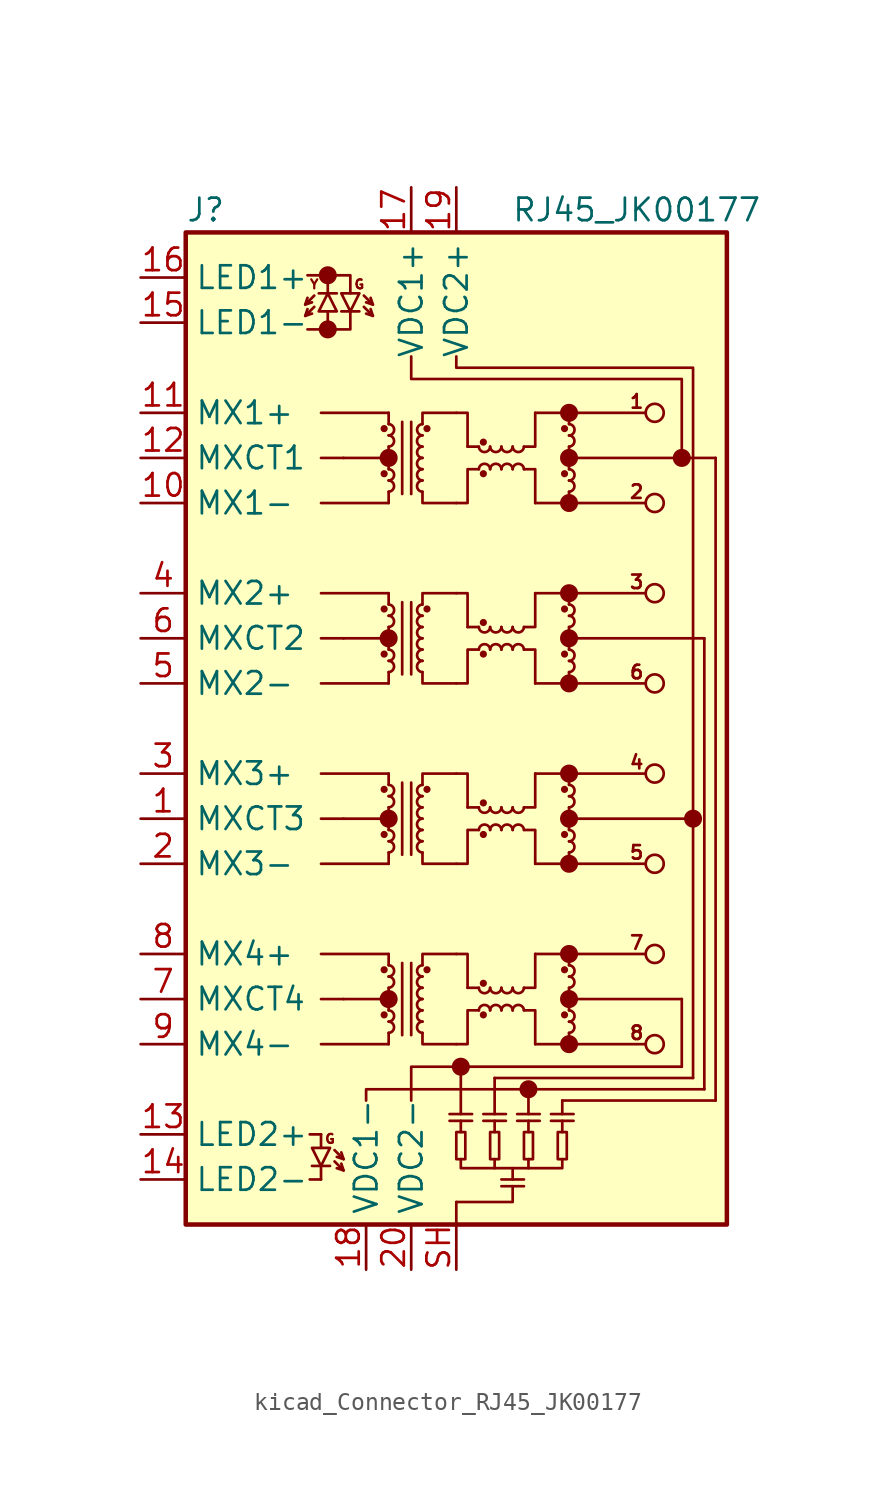
<source format=kicad_sym>
(kicad_symbol_lib
  (version 20220914)
  (generator kicad_symbol_editor)
  (symbol "kicad_Connector_RJ45_JK00177"
    (property "Reference" "J"
      (at -15.24 29.21 0)
      (effects (font (size 1.27 1.27)) (justify left)))
    (property "Value" "RJ45_JK00177"
      (at 10.16 29.21 0)
      (effects (font (size 1.27 1.27))))
    (symbol "kicad_Connector_RJ45_JK00177_0_0"
      (circle (center -7.239 22.479) (radius 0.0001) (stroke (width 0.508) (type default)) (fill (type none)))
      (circle (center -7.239 25.527) (radius 0.0001) (stroke (width 0.508) (type default)) (fill (type none)))
      (circle (center -3.81 -15.24) (radius 0.0001) (stroke (width 0.508) (type default)) (fill (type none)))
      (circle (center -3.81 -5.08) (radius 0.0001) (stroke (width 0.508) (type default)) (fill (type none)))
      (circle (center -3.81 5.08) (radius 0.0001) (stroke (width 0.508) (type default)) (fill (type none)))
      (circle (center -3.81 15.24) (radius 0.0001) (stroke (width 0.508) (type default)) (fill (type none)))
      (circle (center 0.254 -19.05) (radius 0.0001) (stroke (width 0.508) (type default)) (fill (type none)))
      (circle (center 4.064 -20.32) (radius 0.0001) (stroke (width 0.508) (type default)) (fill (type none)))
      (circle (center 6.35 -17.78) (radius 0.0001) (stroke (width 0.508) (type default)) (fill (type none)))
      (circle (center 6.35 -15.24) (radius 0.0001) (stroke (width 0.508) (type default)) (fill (type none)))
      (circle (center 6.35 -12.7) (radius 0.0001) (stroke (width 0.508) (type default)) (fill (type none)))
      (circle (center 6.35 -7.62) (radius 0.0001) (stroke (width 0.508) (type default)) (fill (type none)))
      (circle (center 6.35 -5.08) (radius 0.0001) (stroke (width 0.508) (type default)) (fill (type none)))
      (circle (center 6.35 -2.54) (radius 0.0001) (stroke (width 0.508) (type default)) (fill (type none)))
      (circle (center 6.35 2.54) (radius 0.0001) (stroke (width 0.508) (type default)) (fill (type none)))
      (circle (center 6.35 5.08) (radius 0.0001) (stroke (width 0.508) (type default)) (fill (type none)))
      (circle (center 6.35 7.62) (radius 0.0001) (stroke (width 0.508) (type default)) (fill (type none)))
      (circle (center 6.35 12.7) (radius 0.0001) (stroke (width 0.508) (type default)) (fill (type none)))
      (circle (center 6.35 15.24) (radius 0.0001) (stroke (width 0.508) (type default)) (fill (type none)))
      (circle (center 6.35 17.78) (radius 0.0001) (stroke (width 0.508) (type default)) (fill (type none)))
      (circle (center 12.7 15.24) (radius 0.0001) (stroke (width 0.508) (type default)) (fill (type none)))
      (circle (center 13.335 -5.08) (radius 0.0001) (stroke (width 0.508) (type default)) (fill (type none)))
      (text "" (at -7.874 24.892 900) (effects (font (size 1.27 1.27))))
      (text "1" (at 10.16 18.415 0) (effects (font (size 0.762 0.762))))
      (text "2" (at 10.16 13.335 0) (effects (font (size 0.762 0.762))))
      (text "3" (at 10.16 8.255 0) (effects (font (size 0.762 0.762))))
      (text "4" (at 10.16 -1.905 0) (effects (font (size 0.762 0.762))))
      (text "5" (at 10.16 -6.985 0) (effects (font (size 0.762 0.762))))
      (text "6" (at 10.16 3.175 0) (effects (font (size 0.762 0.762))))
      (text "7" (at 10.16 -12.065 0) (effects (font (size 0.762 0.762))))
      (text "8" (at 10.16 -17.145 0) (effects (font (size 0.762 0.762))))
      (text "G" (at -7.112 -23.114 0) (effects (font (size 0.508 0.508))))
      (text "G" (at -5.461 25.019 0) (effects (font (size 0.508 0.508))))
      (text "Y" (at -8.001 25.019 0) (effects (font (size 0.508 0.508)))))
    (symbol "kicad_Connector_RJ45_JK00177_0_1"
      (rectangle (start -15.24 27.94) (end 15.24 -27.94) (stroke (width 0.254) (type default)) (fill (type background)))
      (circle (center -4.064 -16.129) (radius 0.127) (stroke (width 0) (type default)) (fill (type outline)))
      (circle (center -4.064 -13.589) (radius 0.127) (stroke (width 0) (type default)) (fill (type outline)))
      (circle (center -4.064 -5.969) (radius 0.127) (stroke (width 0) (type default)) (fill (type outline)))
      (circle (center -4.064 -3.429) (radius 0.127) (stroke (width 0) (type default)) (fill (type outline)))
      (circle (center -4.064 4.191) (radius 0.127) (stroke (width 0) (type default)) (fill (type outline)))
      (circle (center -4.064 6.731) (radius 0.127) (stroke (width 0) (type default)) (fill (type outline)))
      (circle (center -4.064 14.351) (radius 0.127) (stroke (width 0) (type default)) (fill (type outline)))
      (circle (center -4.064 16.891) (radius 0.127) (stroke (width 0) (type default)) (fill (type outline)))
      (arc (start -3.81 -17.145) (mid -3.5052 -16.8402) (end -3.81 -16.51) (stroke (width 0) (type default)) (fill (type none)))
      (arc (start -3.81 -16.51) (mid -3.5052 -16.2052) (end -3.81 -15.875) (stroke (width 0) (type default)) (fill (type none)))
      (arc (start -3.81 -14.605) (mid -3.5052 -14.3002) (end -3.81 -13.97) (stroke (width 0) (type default)) (fill (type none)))
      (arc (start -3.81 -13.97) (mid -3.5052 -13.6652) (end -3.81 -13.335) (stroke (width 0) (type default)) (fill (type none)))
      (arc (start -3.81 -6.985) (mid -3.5052 -6.6802) (end -3.81 -6.35) (stroke (width 0) (type default)) (fill (type none)))
      (arc (start -3.81 -6.35) (mid -3.5052 -6.0452) (end -3.81 -5.715) (stroke (width 0) (type default)) (fill (type none)))
      (arc (start -3.81 -4.445) (mid -3.5052 -4.1402) (end -3.81 -3.81) (stroke (width 0) (type default)) (fill (type none)))
      (arc (start -3.81 -3.81) (mid -3.5052 -3.5052) (end -3.81 -3.175) (stroke (width 0) (type default)) (fill (type none)))
      (arc (start -3.81 3.175) (mid -3.5052 3.4798) (end -3.81 3.81) (stroke (width 0) (type default)) (fill (type none)))
      (arc (start -3.81 3.81) (mid -3.5052 4.1148) (end -3.81 4.445) (stroke (width 0) (type default)) (fill (type none)))
      (arc (start -3.81 5.715) (mid -3.5052 6.0198) (end -3.81 6.35) (stroke (width 0) (type default)) (fill (type none)))
      (arc (start -3.81 6.35) (mid -3.5052 6.6548) (end -3.81 6.985) (stroke (width 0) (type default)) (fill (type none)))
      (arc (start -3.81 13.335) (mid -3.5052 13.6398) (end -3.81 13.97) (stroke (width 0) (type default)) (fill (type none)))
      (arc (start -3.81 13.97) (mid -3.5052 14.2748) (end -3.81 14.605) (stroke (width 0) (type default)) (fill (type none)))
      (arc (start -3.81 15.875) (mid -3.5052 16.1798) (end -3.81 16.51) (stroke (width 0) (type default)) (fill (type none)))
      (arc (start -3.81 16.51) (mid -3.5052 16.8148) (end -3.81 17.145) (stroke (width 0) (type default)) (fill (type none)))
      (arc (start -1.905 -16.51) (mid -2.2098 -16.8148) (end -1.905 -17.145) (stroke (width 0) (type default)) (fill (type none)))
      (arc (start -1.905 -15.875) (mid -2.2098 -16.1798) (end -1.905 -16.51) (stroke (width 0) (type default)) (fill (type none)))
      (arc (start -1.905 -15.24) (mid -2.2098 -15.5448) (end -1.905 -15.875) (stroke (width 0) (type default)) (fill (type none)))
      (arc (start -1.905 -14.605) (mid -2.2098 -14.9098) (end -1.905 -15.24) (stroke (width 0) (type default)) (fill (type none)))
      (arc (start -1.905 -13.97) (mid -2.2098 -14.2748) (end -1.905 -14.605) (stroke (width 0) (type default)) (fill (type none)))
      (arc (start -1.905 -13.335) (mid -2.2098 -13.6398) (end -1.905 -13.97) (stroke (width 0) (type default)) (fill (type none)))
      (arc (start -1.905 -6.35) (mid -2.2098 -6.6548) (end -1.905 -6.985) (stroke (width 0) (type default)) (fill (type none)))
      (arc (start -1.905 -5.715) (mid -2.2098 -6.0198) (end -1.905 -6.35) (stroke (width 0) (type default)) (fill (type none)))
      (arc (start -1.905 -5.08) (mid -2.2098 -5.3848) (end -1.905 -5.715) (stroke (width 0) (type default)) (fill (type none)))
      (arc (start -1.905 -4.445) (mid -2.2098 -4.7498) (end -1.905 -5.08) (stroke (width 0) (type default)) (fill (type none)))
      (arc (start -1.905 -3.81) (mid -2.2098 -4.1148) (end -1.905 -4.445) (stroke (width 0) (type default)) (fill (type none)))
      (arc (start -1.905 -3.175) (mid -2.2098 -3.4798) (end -1.905 -3.81) (stroke (width 0) (type default)) (fill (type none)))
      (arc (start -1.905 3.81) (mid -2.2098 3.5052) (end -1.905 3.175) (stroke (width 0) (type default)) (fill (type none)))
      (arc (start -1.905 4.445) (mid -2.2098 4.1402) (end -1.905 3.81) (stroke (width 0) (type default)) (fill (type none)))
      (arc (start -1.905 5.08) (mid -2.2098 4.7752) (end -1.905 4.445) (stroke (width 0) (type default)) (fill (type none)))
      (arc (start -1.905 5.715) (mid -2.2098 5.4102) (end -1.905 5.08) (stroke (width 0) (type default)) (fill (type none)))
      (arc (start -1.905 6.35) (mid -2.2098 6.0452) (end -1.905 5.715) (stroke (width 0) (type default)) (fill (type none)))
      (arc (start -1.905 6.985) (mid -2.2098 6.6802) (end -1.905 6.35) (stroke (width 0) (type default)) (fill (type none)))
      (arc (start -1.905 13.97) (mid -2.2098 13.6652) (end -1.905 13.335) (stroke (width 0) (type default)) (fill (type none)))
      (arc (start -1.905 14.605) (mid -2.2098 14.3002) (end -1.905 13.97) (stroke (width 0) (type default)) (fill (type none)))
      (arc (start -1.905 15.24) (mid -2.2098 14.9352) (end -1.905 14.605) (stroke (width 0) (type default)) (fill (type none)))
      (arc (start -1.905 15.875) (mid -2.2098 15.5702) (end -1.905 15.24) (stroke (width 0) (type default)) (fill (type none)))
      (arc (start -1.905 16.51) (mid -2.2098 16.2052) (end -1.905 15.875) (stroke (width 0) (type default)) (fill (type none)))
      (arc (start -1.905 17.145) (mid -2.2098 16.8402) (end -1.905 16.51) (stroke (width 0) (type default)) (fill (type none)))
      (circle (center -1.651 -13.589) (radius 0.127) (stroke (width 0) (type default)) (fill (type outline)))
      (circle (center -1.651 -3.429) (radius 0.127) (stroke (width 0) (type default)) (fill (type outline)))
      (circle (center -1.651 6.731) (radius 0.127) (stroke (width 0) (type default)) (fill (type outline)))
      (circle (center -1.651 16.891) (radius 0.127) (stroke (width 0) (type default)) (fill (type outline)))
      (rectangle (start 0 -22.733) (end 0.508 -24.257) (stroke (width 0.152) (type default)) (fill (type none)))
      (polyline (pts (xy -7.62 -17.78) (xy -3.81 -17.78)) (stroke (width 0) (type default)) (fill (type none)))
      (polyline (pts (xy -7.62 -15.24) (xy -6.35 -15.24)) (stroke (width 0) (type default)) (fill (type none)))
      (polyline (pts (xy -7.62 -12.7) (xy -3.81 -12.7)) (stroke (width 0) (type default)) (fill (type none)))
      (polyline (pts (xy -7.62 -7.62) (xy -3.81 -7.62)) (stroke (width 0) (type default)) (fill (type none)))
      (polyline (pts (xy -7.62 -5.08) (xy -6.35 -5.08)) (stroke (width 0) (type default)) (fill (type none)))
      (polyline (pts (xy -7.62 -2.54) (xy -3.81 -2.54)) (stroke (width 0) (type default)) (fill (type none)))
      (polyline (pts (xy -7.62 2.54) (xy -3.81 2.54)) (stroke (width 0) (type default)) (fill (type none)))
      (polyline (pts (xy -7.62 5.08) (xy -6.35 5.08)) (stroke (width 0) (type default)) (fill (type none)))
      (polyline (pts (xy -7.62 7.62) (xy -3.81 7.62)) (stroke (width 0) (type default)) (fill (type none)))
      (polyline (pts (xy -7.62 12.7) (xy -3.81 12.7)) (stroke (width 0) (type default)) (fill (type none)))
      (polyline (pts (xy -7.62 15.24) (xy -6.35 15.24)) (stroke (width 0) (type default)) (fill (type none)))
      (polyline (pts (xy -7.62 17.78) (xy -3.81 17.78)) (stroke (width 0) (type default)) (fill (type none)))
      (polyline (pts (xy -6.35 -15.24) (xy -3.81 -15.24)) (stroke (width 0) (type default)) (fill (type none)))
      (polyline (pts (xy -6.35 -5.08) (xy -3.81 -5.08)) (stroke (width 0) (type default)) (fill (type none)))
      (polyline (pts (xy -6.35 5.08) (xy -3.81 5.08)) (stroke (width 0) (type default)) (fill (type none)))
      (polyline (pts (xy -6.35 15.24) (xy -3.81 15.24)) (stroke (width 0) (type default)) (fill (type none)))
      (polyline (pts (xy -3.81 -17.78) (xy -3.81 -17.145)) (stroke (width 0) (type default)) (fill (type none)))
      (polyline (pts (xy -3.81 -15.24) (xy -3.81 -15.875)) (stroke (width 0) (type default)) (fill (type none)))
      (polyline (pts (xy -3.81 -15.24) (xy -3.81 -14.605)) (stroke (width 0) (type default)) (fill (type none)))
      (polyline (pts (xy -3.81 -12.7) (xy -3.81 -13.335)) (stroke (width 0) (type default)) (fill (type none)))
      (polyline (pts (xy -3.81 -7.62) (xy -3.81 -6.985)) (stroke (width 0) (type default)) (fill (type none)))
      (polyline (pts (xy -3.81 -5.08) (xy -3.81 -5.715)) (stroke (width 0) (type default)) (fill (type none)))
      (polyline (pts (xy -3.81 -5.08) (xy -3.81 -4.445)) (stroke (width 0) (type default)) (fill (type none)))
      (polyline (pts (xy -3.81 -2.54) (xy -3.81 -3.175)) (stroke (width 0) (type default)) (fill (type none)))
      (polyline (pts (xy -3.81 2.54) (xy -3.81 3.175)) (stroke (width 0) (type default)) (fill (type none)))
      (polyline (pts (xy -3.81 5.08) (xy -3.81 4.445)) (stroke (width 0) (type default)) (fill (type none)))
      (polyline (pts (xy -3.81 5.08) (xy -3.81 5.715)) (stroke (width 0) (type default)) (fill (type none)))
      (polyline (pts (xy -3.81 7.62) (xy -3.81 6.985)) (stroke (width 0) (type default)) (fill (type none)))
      (polyline (pts (xy -3.81 12.7) (xy -3.81 13.335)) (stroke (width 0) (type default)) (fill (type none)))
      (polyline (pts (xy -3.81 15.24) (xy -3.81 14.605)) (stroke (width 0) (type default)) (fill (type none)))
      (polyline (pts (xy -3.81 15.24) (xy -3.81 15.875)) (stroke (width 0) (type default)) (fill (type none)))
      (polyline (pts (xy -3.81 17.78) (xy -3.81 17.145)) (stroke (width 0) (type default)) (fill (type none)))
      (polyline (pts (xy -3.048 -17.272) (xy -3.048 -13.208)) (stroke (width 0) (type default)) (fill (type none)))
      (polyline (pts (xy -3.048 -7.112) (xy -3.048 -3.048)) (stroke (width 0) (type default)) (fill (type none)))
      (polyline (pts (xy -3.048 3.048) (xy -3.048 7.112)) (stroke (width 0) (type default)) (fill (type none)))
      (polyline (pts (xy -3.048 13.208) (xy -3.048 17.272)) (stroke (width 0) (type default)) (fill (type none)))
      (polyline (pts (xy -2.54 -17.272) (xy -2.54 -13.208)) (stroke (width 0) (type default)) (fill (type none)))
      (polyline (pts (xy -2.54 -7.112) (xy -2.54 -3.048)) (stroke (width 0) (type default)) (fill (type none)))
      (polyline (pts (xy -2.54 3.048) (xy -2.54 7.112)) (stroke (width 0) (type default)) (fill (type none)))
      (polyline (pts (xy -2.54 13.208) (xy -2.54 17.272)) (stroke (width 0) (type default)) (fill (type none)))
      (polyline (pts (xy -0.381 -22.098) (xy 0.889 -22.098)) (stroke (width 0.152) (type default)) (fill (type none)))
      (polyline (pts (xy -0.381 -21.717) (xy 0.889 -21.717)) (stroke (width 0.152) (type default)) (fill (type none)))
      (polyline (pts (xy 0 -27.94) (xy 0 -26.67)) (stroke (width 0.152) (type default)) (fill (type none)))
      (polyline (pts (xy 0.254 -21.717) (xy 0.254 -19.05)) (stroke (width 0.152) (type default)) (fill (type none)))
      (polyline (pts (xy 0.254 -19.05) (xy 12.7 -19.05)) (stroke (width 0) (type default)) (fill (type none)))
      (polyline (pts (xy 0.635 -14.605) (xy 1.27 -14.605)) (stroke (width 0) (type default)) (fill (type none)))
      (polyline (pts (xy 0.635 -4.445) (xy 1.27 -4.445)) (stroke (width 0) (type default)) (fill (type none)))
      (polyline (pts (xy 0.635 5.715) (xy 1.27 5.715)) (stroke (width 0) (type default)) (fill (type none)))
      (polyline (pts (xy 0.635 15.875) (xy 1.27 15.875)) (stroke (width 0) (type default)) (fill (type none)))
      (polyline (pts (xy 1.524 -22.098) (xy 2.794 -22.098)) (stroke (width 0.152) (type default)) (fill (type none)))
      (polyline (pts (xy 1.524 -21.717) (xy 2.794 -21.717)) (stroke (width 0.152) (type default)) (fill (type none)))
      (polyline (pts (xy 2.159 -24.257) (xy 2.159 -24.765)) (stroke (width 0.152) (type default)) (fill (type none)))
      (polyline (pts (xy 2.159 -21.717) (xy 2.159 -19.685)) (stroke (width 0.152) (type default)) (fill (type none)))
      (polyline (pts (xy 3.429 -22.098) (xy 4.699 -22.098)) (stroke (width 0.152) (type default)) (fill (type none)))
      (polyline (pts (xy 3.429 -21.717) (xy 4.699 -21.717)) (stroke (width 0.152) (type default)) (fill (type none)))
      (polyline (pts (xy 3.81 -25.781) (xy 2.54 -25.781)) (stroke (width 0.152) (type default)) (fill (type none)))
      (polyline (pts (xy 3.81 -25.4) (xy 2.54 -25.4)) (stroke (width 0.152) (type default)) (fill (type none)))
      (polyline (pts (xy 4.064 -24.257) (xy 4.064 -24.765)) (stroke (width 0.152) (type default)) (fill (type none)))
      (polyline (pts (xy 4.064 -21.717) (xy 4.064 -20.32)) (stroke (width 0.152) (type default)) (fill (type none)))
      (polyline (pts (xy 4.445 -17.78) (xy 6.35 -17.78)) (stroke (width 0) (type default)) (fill (type none)))
      (polyline (pts (xy 4.445 -12.7) (xy 6.35 -12.7)) (stroke (width 0) (type default)) (fill (type none)))
      (polyline (pts (xy 4.445 -7.62) (xy 6.35 -7.62)) (stroke (width 0) (type default)) (fill (type none)))
      (polyline (pts (xy 4.445 -2.54) (xy 6.35 -2.54)) (stroke (width 0) (type default)) (fill (type none)))
      (polyline (pts (xy 4.445 2.54) (xy 6.35 2.54)) (stroke (width 0) (type default)) (fill (type none)))
      (polyline (pts (xy 4.445 7.62) (xy 6.35 7.62)) (stroke (width 0) (type default)) (fill (type none)))
      (polyline (pts (xy 4.445 12.7) (xy 6.35 12.7)) (stroke (width 0) (type default)) (fill (type none)))
      (polyline (pts (xy 4.445 17.78) (xy 6.35 17.78)) (stroke (width 0) (type default)) (fill (type none)))
      (polyline (pts (xy 5.334 -22.098) (xy 6.604 -22.098)) (stroke (width 0.152) (type default)) (fill (type none)))
      (polyline (pts (xy 5.334 -21.717) (xy 6.604 -21.717)) (stroke (width 0.152) (type default)) (fill (type none)))
      (polyline (pts (xy 5.969 -21.717) (xy 5.969 -20.955)) (stroke (width 0.152) (type default)) (fill (type none)))
      (polyline (pts (xy 6.35 -17.78) (xy 6.35 -17.145)) (stroke (width 0) (type default)) (fill (type none)))
      (polyline (pts (xy 6.35 -17.78) (xy 10.668 -17.78)) (stroke (width 0) (type default)) (fill (type none)))
      (polyline (pts (xy 6.35 -15.24) (xy 6.35 -15.875)) (stroke (width 0) (type default)) (fill (type none)))
      (polyline (pts (xy 6.35 -15.24) (xy 6.35 -14.605)) (stroke (width 0) (type default)) (fill (type none)))
      (polyline (pts (xy 6.35 -15.24) (xy 12.7 -15.24)) (stroke (width 0) (type default)) (fill (type none)))
      (polyline (pts (xy 6.35 -12.7) (xy 6.35 -13.335)) (stroke (width 0) (type default)) (fill (type none)))
      (polyline (pts (xy 6.35 -12.7) (xy 10.668 -12.7)) (stroke (width 0) (type default)) (fill (type none)))
      (polyline (pts (xy 6.35 -7.62) (xy 6.35 -6.985)) (stroke (width 0) (type default)) (fill (type none)))
      (polyline (pts (xy 6.35 -7.62) (xy 10.668 -7.62)) (stroke (width 0) (type default)) (fill (type none)))
      (polyline (pts (xy 6.35 -5.08) (xy 6.35 -5.715)) (stroke (width 0) (type default)) (fill (type none)))
      (polyline (pts (xy 6.35 -5.08) (xy 6.35 -4.445)) (stroke (width 0) (type default)) (fill (type none)))
      (polyline (pts (xy 6.35 -5.08) (xy 13.335 -5.08)) (stroke (width 0) (type default)) (fill (type none)))
      (polyline (pts (xy 6.35 -2.54) (xy 6.35 -3.175)) (stroke (width 0) (type default)) (fill (type none)))
      (polyline (pts (xy 6.35 -2.54) (xy 10.668 -2.54)) (stroke (width 0) (type default)) (fill (type none)))
      (polyline (pts (xy 6.35 2.54) (xy 6.35 3.175)) (stroke (width 0) (type default)) (fill (type none)))
      (polyline (pts (xy 6.35 2.54) (xy 10.668 2.54)) (stroke (width 0) (type default)) (fill (type none)))
      (polyline (pts (xy 6.35 5.08) (xy 6.35 4.445)) (stroke (width 0) (type default)) (fill (type none)))
      (polyline (pts (xy 6.35 5.08) (xy 6.35 5.715)) (stroke (width 0) (type default)) (fill (type none)))
      (polyline (pts (xy 6.35 7.62) (xy 6.35 6.985)) (stroke (width 0) (type default)) (fill (type none)))
      (polyline (pts (xy 6.35 7.62) (xy 10.668 7.62)) (stroke (width 0) (type default)) (fill (type none)))
      (polyline (pts (xy 6.35 12.7) (xy 6.35 13.335)) (stroke (width 0) (type default)) (fill (type none)))
      (polyline (pts (xy 6.35 12.7) (xy 10.668 12.7)) (stroke (width 0) (type default)) (fill (type none)))
      (polyline (pts (xy 6.35 15.24) (xy 6.35 14.605)) (stroke (width 0) (type default)) (fill (type none)))
      (polyline (pts (xy 6.35 15.24) (xy 6.35 15.875)) (stroke (width 0) (type default)) (fill (type none)))
      (polyline (pts (xy 6.35 17.78) (xy 6.35 17.145)) (stroke (width 0) (type default)) (fill (type none)))
      (polyline (pts (xy 6.35 17.78) (xy 10.668 17.78)) (stroke (width 0) (type default)) (fill (type none)))
      (polyline (pts (xy 12.7 -19.05) (xy 12.7 -15.24)) (stroke (width 0) (type default)) (fill (type none)))
      (polyline (pts (xy 13.335 -19.685) (xy 2.159 -19.685)) (stroke (width 0.152) (type default)) (fill (type none)))
      (polyline (pts (xy 13.335 -19.685) (xy 13.335 -5.08)) (stroke (width 0) (type default)) (fill (type none)))
      (polyline (pts (xy 13.97 -20.32) (xy 4.064 -20.32)) (stroke (width 0.152) (type default)) (fill (type none)))
      (polyline (pts (xy 13.97 -20.32) (xy 13.97 5.08)) (stroke (width 0) (type default)) (fill (type none)))
      (polyline (pts (xy 13.97 5.08) (xy 6.35 5.08)) (stroke (width 0) (type default)) (fill (type none)))
      (polyline (pts (xy 14.605 -20.955) (xy 5.969 -20.955)) (stroke (width 0.152) (type default)) (fill (type none)))
      (polyline (pts (xy 14.605 -20.955) (xy 14.605 15.24)) (stroke (width 0) (type default)) (fill (type none)))
      (polyline (pts (xy 14.605 15.24) (xy 6.35 15.24)) (stroke (width 0) (type default)) (fill (type none)))
      (polyline (pts (xy -2.54 -20.955) (xy -2.54 -19.05) (xy 0.254 -19.05)) (stroke (width 0.152) (type default)) (fill (type none)))
      (polyline (pts (xy -1.905 -17.145) (xy -1.905 -17.78) (xy 0 -17.78)) (stroke (width 0) (type default)) (fill (type none)))
      (polyline (pts (xy -1.905 -13.335) (xy -1.905 -12.7) (xy 0 -12.7)) (stroke (width 0) (type default)) (fill (type none)))
      (polyline (pts (xy -1.905 -6.985) (xy -1.905 -7.62) (xy 0 -7.62)) (stroke (width 0) (type default)) (fill (type none)))
      (polyline (pts (xy -1.905 -3.175) (xy -1.905 -2.54) (xy 0 -2.54)) (stroke (width 0) (type default)) (fill (type none)))
      (polyline (pts (xy -1.905 3.175) (xy -1.905 2.54) (xy 0 2.54)) (stroke (width 0) (type default)) (fill (type none)))
      (polyline (pts (xy -1.905 6.985) (xy -1.905 7.62) (xy 0 7.62)) (stroke (width 0) (type default)) (fill (type none)))
      (polyline (pts (xy -1.905 13.335) (xy -1.905 12.7) (xy 0 12.7)) (stroke (width 0) (type default)) (fill (type none)))
      (polyline (pts (xy -1.905 17.145) (xy -1.905 17.78) (xy 0 17.78)) (stroke (width 0) (type default)) (fill (type none)))
      (polyline (pts (xy 0 -26.67) (xy 3.175 -26.67) (xy 3.175 -25.781)) (stroke (width 0.152) (type default)) (fill (type none)))
      (polyline (pts (xy 0 -12.7) (xy 0.635 -12.7) (xy 0.635 -14.605)) (stroke (width 0) (type default)) (fill (type none)))
      (polyline (pts (xy 0 -2.54) (xy 0.635 -2.54) (xy 0.635 -4.445)) (stroke (width 0) (type default)) (fill (type none)))
      (polyline (pts (xy 0 7.62) (xy 0.635 7.62) (xy 0.635 5.715)) (stroke (width 0) (type default)) (fill (type none)))
      (polyline (pts (xy 0 17.78) (xy 0.635 17.78) (xy 0.635 15.875)) (stroke (width 0) (type default)) (fill (type none)))
      (polyline (pts (xy 3.81 -15.875) (xy 4.445 -15.875) (xy 4.445 -17.78)) (stroke (width 0) (type default)) (fill (type none)))
      (polyline (pts (xy 3.81 -14.605) (xy 4.445 -14.605) (xy 4.445 -12.7)) (stroke (width 0) (type default)) (fill (type none)))
      (polyline (pts (xy 3.81 -5.715) (xy 4.445 -5.715) (xy 4.445 -7.62)) (stroke (width 0) (type default)) (fill (type none)))
      (polyline (pts (xy 3.81 -4.445) (xy 4.445 -4.445) (xy 4.445 -2.54)) (stroke (width 0) (type default)) (fill (type none)))
      (polyline (pts (xy 3.81 4.445) (xy 4.445 4.445) (xy 4.445 2.54)) (stroke (width 0) (type default)) (fill (type none)))
      (polyline (pts (xy 3.81 5.715) (xy 4.445 5.715) (xy 4.445 7.62)) (stroke (width 0) (type default)) (fill (type none)))
      (polyline (pts (xy 3.81 14.605) (xy 4.445 14.605) (xy 4.445 12.7)) (stroke (width 0) (type default)) (fill (type none)))
      (polyline (pts (xy 3.81 15.875) (xy 4.445 15.875) (xy 4.445 17.78)) (stroke (width 0) (type default)) (fill (type none)))
      (polyline (pts (xy 4.064 -20.32) (xy -5.08 -20.32) (xy -5.08 -20.955)) (stroke (width 0.152) (type default)) (fill (type none)))
      (polyline (pts (xy -2.54 20.955) (xy -2.54 19.685) (xy 12.7 19.685) (xy 12.7 15.24)) (stroke (width 0.152) (type default)) (fill (type none)))
      (polyline (pts (xy 0 -17.78) (xy 0.635 -17.78) (xy 0.635 -15.875) (xy 1.27 -15.875)) (stroke (width 0) (type default)) (fill (type none)))
      (polyline (pts (xy 0 -7.62) (xy 0.635 -7.62) (xy 0.635 -5.715) (xy 1.27 -5.715)) (stroke (width 0) (type default)) (fill (type none)))
      (polyline (pts (xy 0 2.54) (xy 0.635 2.54) (xy 0.635 4.445) (xy 1.27 4.445)) (stroke (width 0) (type default)) (fill (type none)))
      (polyline (pts (xy 0 12.7) (xy 0.635 12.7) (xy 0.635 14.605) (xy 1.27 14.605)) (stroke (width 0) (type default)) (fill (type none)))
      (polyline (pts (xy 0.254 -24.257) (xy 0.254 -24.765) (xy 5.969 -24.765) (xy 5.969 -24.257)) (stroke (width 0.152) (type default)) (fill (type none)))
      (polyline (pts (xy 13.335 -5.08) (xy 13.335 20.32) (xy 0 20.32) (xy 0 20.955)) (stroke (width 0.152) (type default)) (fill (type none)))
      (rectangle (start 0.254 -22.733) (end 0.254 -22.098) (stroke (width 0.152) (type default)) (fill (type none)))
      (arc (start 1.27 -14.605) (mid 1.5748 -14.9098) (end 1.905 -14.605) (stroke (width 0) (type default)) (fill (type none)))
      (arc (start 1.27 -4.445) (mid 1.5748 -4.7498) (end 1.905 -4.445) (stroke (width 0) (type default)) (fill (type none)))
      (arc (start 1.27 5.715) (mid 1.5748 5.4102) (end 1.905 5.715) (stroke (width 0) (type default)) (fill (type none)))
      (arc (start 1.27 15.875) (mid 1.5748 15.5702) (end 1.905 15.875) (stroke (width 0) (type default)) (fill (type none)))
      (circle (center 1.524 -16.129) (radius 0.127) (stroke (width 0) (type default)) (fill (type outline)))
      (circle (center 1.524 -14.351) (radius 0.127) (stroke (width 0) (type default)) (fill (type outline)))
      (circle (center 1.524 -5.969) (radius 0.127) (stroke (width 0) (type default)) (fill (type outline)))
      (circle (center 1.524 -4.191) (radius 0.127) (stroke (width 0) (type default)) (fill (type outline)))
      (circle (center 1.524 4.191) (radius 0.127) (stroke (width 0) (type default)) (fill (type outline)))
      (circle (center 1.524 5.969) (radius 0.127) (stroke (width 0) (type default)) (fill (type outline)))
      (circle (center 1.524 14.351) (radius 0.127) (stroke (width 0) (type default)) (fill (type outline)))
      (circle (center 1.524 16.129) (radius 0.127) (stroke (width 0) (type default)) (fill (type outline)))
      (rectangle (start 1.905 -22.733) (end 2.413 -24.257) (stroke (width 0.152) (type default)) (fill (type none)))
      (arc (start 1.905 -15.875) (mid 1.6002 -15.5702) (end 1.27 -15.875) (stroke (width 0) (type default)) (fill (type none)))
      (arc (start 1.905 -14.605) (mid 2.2098 -14.9098) (end 2.54 -14.605) (stroke (width 0) (type default)) (fill (type none)))
      (arc (start 1.905 -5.715) (mid 1.6002 -5.4102) (end 1.27 -5.715) (stroke (width 0) (type default)) (fill (type none)))
      (arc (start 1.905 -4.445) (mid 2.2098 -4.7498) (end 2.54 -4.445) (stroke (width 0) (type default)) (fill (type none)))
      (arc (start 1.905 4.445) (mid 1.6002 4.7498) (end 1.27 4.445) (stroke (width 0) (type default)) (fill (type none)))
      (arc (start 1.905 5.715) (mid 2.2098 5.4102) (end 2.54 5.715) (stroke (width 0) (type default)) (fill (type none)))
      (arc (start 1.905 14.605) (mid 1.6002 14.9098) (end 1.27 14.605) (stroke (width 0) (type default)) (fill (type none)))
      (arc (start 1.905 15.875) (mid 2.2098 15.5702) (end 2.54 15.875) (stroke (width 0) (type default)) (fill (type none)))
      (rectangle (start 2.159 -22.733) (end 2.159 -22.098) (stroke (width 0.152) (type default)) (fill (type none)))
      (arc (start 2.54 -15.875) (mid 2.2352 -15.5702) (end 1.905 -15.875) (stroke (width 0) (type default)) (fill (type none)))
      (arc (start 2.54 -14.605) (mid 2.8448 -14.9098) (end 3.175 -14.605) (stroke (width 0) (type default)) (fill (type none)))
      (arc (start 2.54 -5.715) (mid 2.2352 -5.4102) (end 1.905 -5.715) (stroke (width 0) (type default)) (fill (type none)))
      (arc (start 2.54 -4.445) (mid 2.8448 -4.7498) (end 3.175 -4.445) (stroke (width 0) (type default)) (fill (type none)))
      (arc (start 2.54 4.445) (mid 2.2352 4.7498) (end 1.905 4.445) (stroke (width 0) (type default)) (fill (type none)))
      (arc (start 2.54 5.715) (mid 2.8448 5.4102) (end 3.175 5.715) (stroke (width 0) (type default)) (fill (type none)))
      (arc (start 2.54 14.605) (mid 2.2352 14.9098) (end 1.905 14.605) (stroke (width 0) (type default)) (fill (type none)))
      (arc (start 2.54 15.875) (mid 2.8448 15.5702) (end 3.175 15.875) (stroke (width 0) (type default)) (fill (type none)))
      (rectangle (start 3.175 -24.765) (end 3.175 -25.4) (stroke (width 0.152) (type default)) (fill (type none)))
      (arc (start 3.175 -15.875) (mid 2.8702 -15.5702) (end 2.54 -15.875) (stroke (width 0) (type default)) (fill (type none)))
      (arc (start 3.175 -14.605) (mid 3.4798 -14.9098) (end 3.81 -14.605) (stroke (width 0) (type default)) (fill (type none)))
      (arc (start 3.175 -5.715) (mid 2.8702 -5.4102) (end 2.54 -5.715) (stroke (width 0) (type default)) (fill (type none)))
      (arc (start 3.175 -4.445) (mid 3.4798 -4.7498) (end 3.81 -4.445) (stroke (width 0) (type default)) (fill (type none)))
      (arc (start 3.175 4.445) (mid 2.8702 4.7498) (end 2.54 4.445) (stroke (width 0) (type default)) (fill (type none)))
      (arc (start 3.175 5.715) (mid 3.4798 5.4102) (end 3.81 5.715) (stroke (width 0) (type default)) (fill (type none)))
      (arc (start 3.175 14.605) (mid 2.8702 14.9098) (end 2.54 14.605) (stroke (width 0) (type default)) (fill (type none)))
      (arc (start 3.175 15.875) (mid 3.4798 15.5702) (end 3.81 15.875) (stroke (width 0) (type default)) (fill (type none)))
      (rectangle (start 3.81 -22.733) (end 4.318 -24.257) (stroke (width 0.152) (type default)) (fill (type none)))
      (arc (start 3.81 -15.875) (mid 3.5052 -15.5702) (end 3.175 -15.875) (stroke (width 0) (type default)) (fill (type none)))
      (arc (start 3.81 -5.715) (mid 3.5052 -5.4102) (end 3.175 -5.715) (stroke (width 0) (type default)) (fill (type none)))
      (arc (start 3.81 4.445) (mid 3.5052 4.7498) (end 3.175 4.445) (stroke (width 0) (type default)) (fill (type none)))
      (arc (start 3.81 14.605) (mid 3.5052 14.9098) (end 3.175 14.605) (stroke (width 0) (type default)) (fill (type none)))
      (rectangle (start 4.064 -22.733) (end 4.064 -22.098) (stroke (width 0.152) (type default)) (fill (type none)))
      (rectangle (start 5.715 -22.733) (end 6.223 -24.257) (stroke (width 0.152) (type default)) (fill (type none)))
      (rectangle (start 5.969 -22.733) (end 5.969 -22.098) (stroke (width 0.152) (type default)) (fill (type none)))
      (circle (center 6.096 -16.129) (radius 0.127) (stroke (width 0) (type default)) (fill (type outline)))
      (circle (center 6.096 -13.589) (radius 0.127) (stroke (width 0) (type default)) (fill (type outline)))
      (circle (center 6.096 -5.969) (radius 0.127) (stroke (width 0) (type default)) (fill (type outline)))
      (circle (center 6.096 -3.429) (radius 0.127) (stroke (width 0) (type default)) (fill (type outline)))
      (circle (center 6.096 4.191) (radius 0.127) (stroke (width 0) (type default)) (fill (type outline)))
      (circle (center 6.096 6.731) (radius 0.127) (stroke (width 0) (type default)) (fill (type outline)))
      (circle (center 6.096 14.351) (radius 0.127) (stroke (width 0) (type default)) (fill (type outline)))
      (circle (center 6.096 16.891) (radius 0.127) (stroke (width 0) (type default)) (fill (type outline)))
      (arc (start 6.35 -17.145) (mid 6.6548 -16.8275) (end 6.35 -16.51) (stroke (width 0) (type default)) (fill (type none)))
      (arc (start 6.35 -16.51) (mid 6.6548 -16.1925) (end 6.35 -15.875) (stroke (width 0) (type default)) (fill (type none)))
      (arc (start 6.35 -14.605) (mid 6.6548 -14.2875) (end 6.35 -13.97) (stroke (width 0) (type default)) (fill (type none)))
      (arc (start 6.35 -13.97) (mid 6.6548 -13.6525) (end 6.35 -13.335) (stroke (width 0) (type default)) (fill (type none)))
      (arc (start 6.35 -6.985) (mid 6.6548 -6.6675) (end 6.35 -6.35) (stroke (width 0) (type default)) (fill (type none)))
      (arc (start 6.35 -6.35) (mid 6.6548 -6.0325) (end 6.35 -5.715) (stroke (width 0) (type default)) (fill (type none)))
      (arc (start 6.35 -4.445) (mid 6.6548 -4.1275) (end 6.35 -3.81) (stroke (width 0) (type default)) (fill (type none)))
      (arc (start 6.35 -3.81) (mid 6.6548 -3.4925) (end 6.35 -3.175) (stroke (width 0) (type default)) (fill (type none)))
      (arc (start 6.35 3.175) (mid 6.6548 3.4925) (end 6.35 3.81) (stroke (width 0) (type default)) (fill (type none)))
      (arc (start 6.35 3.81) (mid 6.6548 4.1275) (end 6.35 4.445) (stroke (width 0) (type default)) (fill (type none)))
      (arc (start 6.35 5.715) (mid 6.6548 6.0325) (end 6.35 6.35) (stroke (width 0) (type default)) (fill (type none)))
      (arc (start 6.35 6.35) (mid 6.6548 6.6675) (end 6.35 6.985) (stroke (width 0) (type default)) (fill (type none)))
      (arc (start 6.35 13.335) (mid 6.6548 13.6525) (end 6.35 13.97) (stroke (width 0) (type default)) (fill (type none)))
      (arc (start 6.35 13.97) (mid 6.6548 14.2875) (end 6.35 14.605) (stroke (width 0) (type default)) (fill (type none)))
      (arc (start 6.35 15.875) (mid 6.6548 16.1925) (end 6.35 16.51) (stroke (width 0) (type default)) (fill (type none)))
      (arc (start 6.35 16.51) (mid 6.6548 16.8275) (end 6.35 17.145) (stroke (width 0) (type default)) (fill (type none)))
      (circle (center 11.176 -17.78) (radius 0.508) (stroke (width 0) (type default)) (fill (type none)))
      (circle (center 11.176 -12.7) (radius 0.508) (stroke (width 0) (type default)) (fill (type none)))
      (circle (center 11.176 -7.62) (radius 0.508) (stroke (width 0) (type default)) (fill (type none)))
      (circle (center 11.176 -2.54) (radius 0.508) (stroke (width 0) (type default)) (fill (type none)))
      (circle (center 11.176 2.54) (radius 0.508) (stroke (width 0) (type default)) (fill (type none)))
      (circle (center 11.176 7.62) (radius 0.508) (stroke (width 0) (type default)) (fill (type none)))
      (circle (center 11.176 12.7) (radius 0.508) (stroke (width 0) (type default)) (fill (type none)))
      (circle (center 11.176 17.78) (radius 0.508) (stroke (width 0) (type default)) (fill (type none))))
    (symbol "kicad_Connector_RJ45_JK00177_1_1"
      (polyline (pts (xy -8.509 23.241) (xy -8.382 23.622)) (stroke (width 0) (type default)) (fill (type none)))
      (polyline (pts (xy -8.509 23.876) (xy -8.382 24.257)) (stroke (width 0) (type default)) (fill (type none)))
      (polyline (pts (xy -8.255 -25.4) (xy -7.62 -25.4)) (stroke (width 0) (type default)) (fill (type none)))
      (polyline (pts (xy -8.255 -22.86) (xy -7.62 -22.86)) (stroke (width 0) (type default)) (fill (type none)))
      (polyline (pts (xy -8.128 -24.638) (xy -7.112 -24.638)) (stroke (width 0) (type default)) (fill (type none)))
      (polyline (pts (xy -7.62 -25.4) (xy -7.62 -24.638)) (stroke (width 0) (type default)) (fill (type none)))
      (polyline (pts (xy -7.62 -22.86) (xy -7.62 -23.622)) (stroke (width 0) (type default)) (fill (type none)))
      (polyline (pts (xy -7.239 22.479) (xy -7.239 23.495)) (stroke (width 0) (type default)) (fill (type none)))
      (polyline (pts (xy -7.239 25.527) (xy -7.239 24.511)) (stroke (width 0) (type default)) (fill (type none)))
      (polyline (pts (xy -6.731 24.511) (xy -7.747 24.511)) (stroke (width 0) (type default)) (fill (type none)))
      (polyline (pts (xy -6.477 23.495) (xy -5.461 23.495)) (stroke (width 0) (type default)) (fill (type none)))
      (polyline (pts (xy -6.35 -24.892) (xy -6.477 -24.511)) (stroke (width 0) (type default)) (fill (type none)))
      (polyline (pts (xy -6.35 -24.257) (xy -6.477 -23.876)) (stroke (width 0) (type default)) (fill (type none)))
      (polyline (pts (xy -4.699 23.241) (xy -4.826 23.622)) (stroke (width 0) (type default)) (fill (type none)))
      (polyline (pts (xy -4.699 23.876) (xy -4.826 24.257)) (stroke (width 0) (type default)) (fill (type none)))
      (polyline (pts (xy -8.382 22.479) (xy -5.969 22.479) (xy -5.969 23.495)) (stroke (width 0) (type default)) (fill (type none)))
      (polyline (pts (xy -8.001 23.749) (xy -8.509 23.241) (xy -8.128 23.368)) (stroke (width 0) (type default)) (fill (type none)))
      (polyline (pts (xy -8.001 24.384) (xy -8.509 23.876) (xy -8.128 24.003)) (stroke (width 0) (type default)) (fill (type none)))
      (polyline (pts (xy -6.858 -24.384) (xy -6.35 -24.892) (xy -6.731 -24.765)) (stroke (width 0) (type default)) (fill (type none)))
      (polyline (pts (xy -6.858 -23.749) (xy -6.35 -24.257) (xy -6.731 -24.13)) (stroke (width 0) (type default)) (fill (type none)))
      (polyline (pts (xy -5.969 24.511) (xy -5.969 25.527) (xy -8.382 25.527)) (stroke (width 0) (type default)) (fill (type none)))
      (polyline (pts (xy -5.207 23.749) (xy -4.699 23.241) (xy -5.08 23.368)) (stroke (width 0) (type default)) (fill (type none)))
      (polyline (pts (xy -5.207 24.384) (xy -4.699 23.876) (xy -5.08 24.003)) (stroke (width 0) (type default)) (fill (type none)))
      (polyline (pts (xy -7.62 -24.638) (xy -8.128 -23.622) (xy -7.112 -23.622) (xy -7.62 -24.638)) (stroke (width 0) (type default)) (fill (type none)))
      (polyline (pts (xy -7.239 24.511) (xy -6.731 23.495) (xy -7.747 23.495) (xy -7.239 24.511)) (stroke (width 0) (type default)) (fill (type none)))
      (polyline (pts (xy -5.969 23.495) (xy -6.477 24.511) (xy -5.461 24.511) (xy -5.969 23.495)) (stroke (width 0) (type default)) (fill (type none)))
      (pin passive line (at -17.78 -5.08 0) (length 2.54) (name "MXCT3" (effects (font (size 1.27 1.27)))) (number "1" (effects (font (size 1.27 1.27)))))
      (pin passive line (at -17.78 12.7 0) (length 2.54) (name "MX1-" (effects (font (size 1.27 1.27)))) (number "10" (effects (font (size 1.27 1.27)))))
      (pin passive line (at -17.78 17.78 0) (length 2.54) (name "MX1+" (effects (font (size 1.27 1.27)))) (number "11" (effects (font (size 1.27 1.27)))))
      (pin passive line (at -17.78 15.24 0) (length 2.54) (name "MXCT1" (effects (font (size 1.27 1.27)))) (number "12" (effects (font (size 1.27 1.27)))))
      (pin passive line (at -17.78 -22.86 0) (length 2.54) (name "LED2+" (effects (font (size 1.27 1.27)))) (number "13" (effects (font (size 1.27 1.27)))))
      (pin passive line (at -17.78 -25.4 0) (length 2.54) (name "LED2-" (effects (font (size 1.27 1.27)))) (number "14" (effects (font (size 1.27 1.27)))))
      (pin passive line (at -17.78 22.86 0) (length 2.54) (name "LED1-" (effects (font (size 1.27 1.27)))) (number "15" (effects (font (size 1.27 1.27)))))
      (pin passive line (at -17.78 25.4 0) (length 2.54) (name "LED1+" (effects (font (size 1.27 1.27)))) (number "16" (effects (font (size 1.27 1.27)))))
      (pin passive line (at -2.54 30.48 270) (length 2.54) (name "VDC1+" (effects (font (size 1.27 1.27)))) (number "17" (effects (font (size 1.27 1.27)))))
      (pin passive line (at -5.08 -30.48 90) (length 2.54) (name "VDC1-" (effects (font (size 1.27 1.27)))) (number "18" (effects (font (size 1.27 1.27)))))
      (pin passive line (at 0 30.48 270) (length 2.54) (name "VDC2+" (effects (font (size 1.27 1.27)))) (number "19" (effects (font (size 1.27 1.27)))))
      (pin passive line (at -17.78 -7.62 0) (length 2.54) (name "MX3-" (effects (font (size 1.27 1.27)))) (number "2" (effects (font (size 1.27 1.27)))))
      (pin passive line (at -2.54 -30.48 90) (length 2.54) (name "VDC2-" (effects (font (size 1.27 1.27)))) (number "20" (effects (font (size 1.27 1.27)))))
      (pin passive line (at -17.78 -2.54 0) (length 2.54) (name "MX3+" (effects (font (size 1.27 1.27)))) (number "3" (effects (font (size 1.27 1.27)))))
      (pin passive line (at -17.78 7.62 0) (length 2.54) (name "MX2+" (effects (font (size 1.27 1.27)))) (number "4" (effects (font (size 1.27 1.27)))))
      (pin passive line (at -17.78 2.54 0) (length 2.54) (name "MX2-" (effects (font (size 1.27 1.27)))) (number "5" (effects (font (size 1.27 1.27)))))
      (pin passive line (at -17.78 5.08 0) (length 2.54) (name "MXCT2" (effects (font (size 1.27 1.27)))) (number "6" (effects (font (size 1.27 1.27)))))
      (pin passive line (at -17.78 -15.24 0) (length 2.54) (name "MXCT4" (effects (font (size 1.27 1.27)))) (number "7" (effects (font (size 1.27 1.27)))))
      (pin passive line (at -17.78 -12.7 0) (length 2.54) (name "MX4+" (effects (font (size 1.27 1.27)))) (number "8" (effects (font (size 1.27 1.27)))))
      (pin passive line (at -17.78 -17.78 0) (length 2.54) (name "MX4-" (effects (font (size 1.27 1.27)))) (number "9" (effects (font (size 1.27 1.27)))))
      (pin passive line (at 0 -30.48 90) (length 2.54) (name "~" (effects (font (size 1.27 1.27)))) (number "SH" (effects (font (size 1.27 1.27))))))))
</source>
